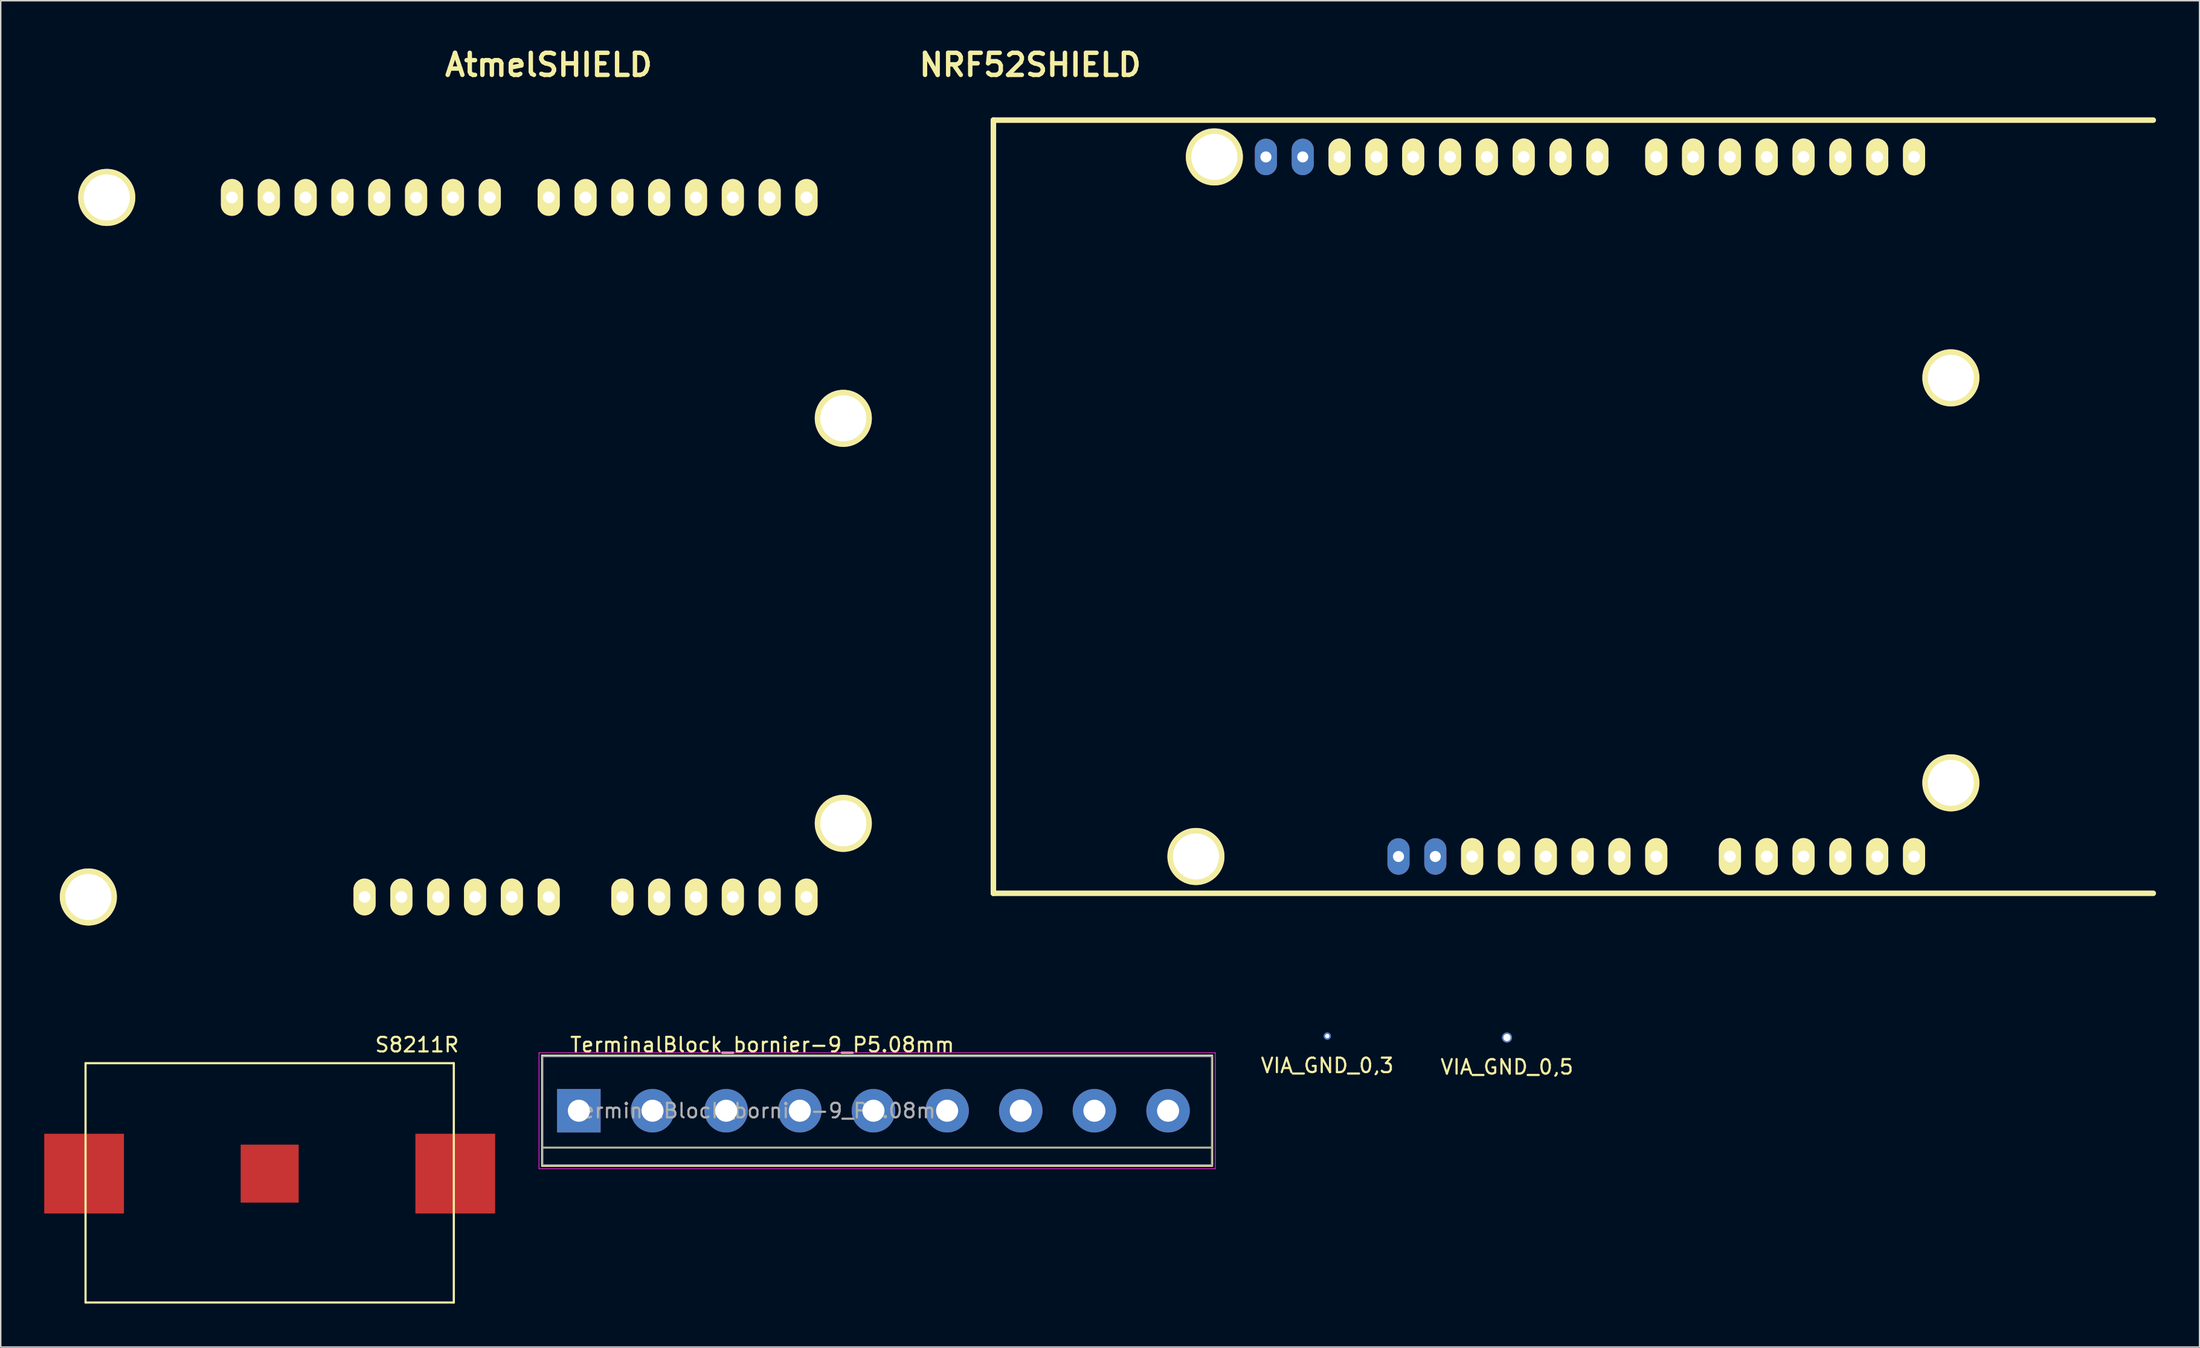
<source format=kicad_pcb>
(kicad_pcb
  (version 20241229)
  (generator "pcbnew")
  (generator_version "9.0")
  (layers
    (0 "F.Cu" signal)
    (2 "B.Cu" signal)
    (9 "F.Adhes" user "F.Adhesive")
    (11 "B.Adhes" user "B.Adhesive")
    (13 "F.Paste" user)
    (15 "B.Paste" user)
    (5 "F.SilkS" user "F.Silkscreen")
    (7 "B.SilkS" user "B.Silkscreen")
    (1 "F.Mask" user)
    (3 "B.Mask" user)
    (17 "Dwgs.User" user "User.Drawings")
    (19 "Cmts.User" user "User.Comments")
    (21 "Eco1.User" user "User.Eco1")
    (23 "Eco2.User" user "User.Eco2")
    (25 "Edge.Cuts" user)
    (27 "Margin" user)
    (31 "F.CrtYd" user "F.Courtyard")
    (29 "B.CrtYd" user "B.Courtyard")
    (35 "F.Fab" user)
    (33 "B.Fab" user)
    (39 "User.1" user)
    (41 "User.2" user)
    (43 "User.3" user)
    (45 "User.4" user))
  (footprint "AtmelSHIELD"
    (layer "F.Cu")
    (at 0.25 64.926)
    (property "Reference" "AtmelSHIELD" (at 34.544 -63.5 0) (layer "F.SilkS") (effects (font (size 1.524 1.524) (thickness 0.305))))
    (attr through_hole)
    (pad "0" thru_hole oval (at 52.324 -54.356 90) (size 2.54 1.524) (drill 0.813) (layers "*.Cu" "*.Mask" "F.SilkS"))
    (pad "1" thru_hole oval (at 49.784 -54.356 90) (size 2.54 1.524) (drill 0.813) (layers "*.Cu" "*.Mask" "F.SilkS"))
    (pad "2" thru_hole oval (at 47.244 -54.356 90) (size 2.54 1.524) (drill 0.813) (layers "*.Cu" "*.Mask" "F.SilkS"))
    (pad "3" thru_hole oval (at 44.704 -54.356 90) (size 2.54 1.524) (drill 0.813) (layers "*.Cu" "*.Mask" "F.SilkS"))
    (pad "3V3" thru_hole oval (at 24.384 -6.096 90) (size 2.54 1.524) (drill 0.813) (layers "*.Cu" "*.Mask" "F.SilkS"))
    (pad "4" thru_hole oval (at 42.164 -54.356 90) (size 2.54 1.524) (drill 0.813) (layers "*.Cu" "*.Mask" "F.SilkS"))
    (pad "5" thru_hole oval (at 39.624 -54.356 90) (size 2.54 1.524) (drill 0.813) (layers "*.Cu" "*.Mask" "F.SilkS"))
    (pad "5V" thru_hole oval (at 26.924 -6.096 90) (size 2.54 1.524) (drill 0.813) (layers "*.Cu" "*.Mask" "F.SilkS"))
    (pad "6" thru_hole oval (at 37.084 -54.356 90) (size 2.54 1.524) (drill 0.813) (layers "*.Cu" "*.Mask" "F.SilkS"))
    (pad "7" thru_hole oval (at 34.544 -54.356 90) (size 2.54 1.524) (drill 0.813) (layers "*.Cu" "*.Mask" "F.SilkS"))
    (pad "8" thru_hole oval (at 30.48 -54.356 90) (size 2.54 1.524) (drill 0.813) (layers "*.Cu" "*.Mask" "F.SilkS"))
    (pad "9" thru_hole oval (at 27.94 -54.356 90) (size 2.54 1.524) (drill 0.813) (layers "*.Cu" "*.Mask" "F.SilkS"))
    (pad "10" thru_hole oval (at 25.4 -54.356 90) (size 2.54 1.524) (drill 0.813) (layers "*.Cu" "*.Mask" "F.SilkS"))
    (pad "11" thru_hole oval (at 22.86 -54.356 90) (size 2.54 1.524) (drill 0.813) (layers "*.Cu" "*.Mask" "F.SilkS"))
    (pad "12" thru_hole oval (at 20.32 -54.356 90) (size 2.54 1.524) (drill 0.813) (layers "*.Cu" "*.Mask" "F.SilkS"))
    (pad "13" thru_hole oval (at 17.78 -54.356 90) (size 2.54 1.524) (drill 0.813) (layers "*.Cu" "*.Mask" "F.SilkS"))
    (pad "AD0" thru_hole oval (at 39.624 -6.096 90) (size 2.54 1.524) (drill 0.813) (layers "*.Cu" "*.Mask" "F.SilkS"))
    (pad "AD1" thru_hole oval (at 42.164 -6.096 90) (size 2.54 1.524) (drill 0.813) (layers "*.Cu" "*.Mask" "F.SilkS"))
    (pad "AD2" thru_hole oval (at 44.704 -6.096 90) (size 2.54 1.524) (drill 0.813) (layers "*.Cu" "*.Mask" "F.SilkS"))
    (pad "AD3" thru_hole oval (at 47.244 -6.096 90) (size 2.54 1.524) (drill 0.813) (layers "*.Cu" "*.Mask" "F.SilkS"))
    (pad "AD4" thru_hole oval (at 49.784 -6.096 90) (size 2.54 1.524) (drill 0.813) (layers "*.Cu" "*.Mask" "F.SilkS"))
    (pad "AD5" thru_hole oval (at 52.324 -6.096 90) (size 2.54 1.524) (drill 0.813) (layers "*.Cu" "*.Mask" "F.SilkS"))
    (pad "AREF" thru_hole oval (at 12.7 -54.356 90) (size 2.54 1.524) (drill 0.813) (layers "*.Cu" "*.Mask" "F.SilkS"))
    (pad "GND1" thru_hole oval (at 29.464 -6.096 90) (size 2.54 1.524) (drill 0.813) (layers "*.Cu" "*.Mask" "F.SilkS"))
    (pad "GND2" thru_hole oval (at 32.004 -6.096 90) (size 2.54 1.524) (drill 0.813) (layers "*.Cu" "*.Mask" "F.SilkS"))
    (pad "GND3" thru_hole oval (at 15.24 -54.356 90) (size 2.54 1.524) (drill 0.813) (layers "*.Cu" "*.Mask" "F.SilkS"))
    (pad "GNDS" thru_hole circle (at 2.794 -6.096 90) (size 3.937 3.937) (drill 3.175) (layers "*.Cu" "*.Mask" "F.SilkS"))
    (pad "GNDS" thru_hole circle (at 4.064 -54.356 90) (size 3.937 3.937) (drill 3.175) (layers "*.Cu" "*.Mask" "F.SilkS"))
    (pad "GNDS" thru_hole circle (at 54.864 -39.116 90) (size 3.937 3.937) (drill 3.175) (layers "*.Cu" "*.Mask" "F.SilkS"))
    (pad "GNDS" thru_hole circle (at 54.864 -11.176 90) (size 3.937 3.937) (drill 3.175) (layers "*.Cu" "*.Mask" "F.SilkS"))
    (pad "RST" thru_hole oval (at 21.844 -6.096 90) (size 2.54 1.524) (drill 0.813) (layers "*.Cu" "*.Mask" "F.SilkS"))
    (pad "V_IN" thru_hole oval (at 34.544 -6.096 90) (size 2.54 1.524) (drill 0.813) (layers "*.Cu" "*.Mask" "F.SilkS")))
  (footprint "S8211R"
    (layer "F.Cu")
    (at 15.55 77.915)
    (property "Reference" "S8211R" (at 10.16 -8.89 0) (layer "F.SilkS") (effects (font (size 1 1) (thickness 0.15))))
    (attr through_hole)
    (fp_line (start -12.7 -7.62) (end -12.7 8.89) (stroke (width 0.15) (type solid)) (layer "F.SilkS"))
    (fp_line (start -12.7 8.89) (end 12.7 8.89) (stroke (width 0.15) (type solid)) (layer "F.SilkS"))
    (fp_line (start 12.7 -7.62) (end -12.7 -7.62) (stroke (width 0.15) (type solid)) (layer "F.SilkS"))
    (fp_line (start 12.7 8.89) (end 12.7 -7.62) (stroke (width 0.15) (type solid)) (layer "F.SilkS"))
    (pad "1" smd rect (at -12.8 0) (size 5.5 5.5) (layers "F.Cu" "F.Mask" "F.Paste"))
    (pad "1" smd rect (at 12.8 0) (size 5.5 5.5) (layers "F.Cu" "F.Mask" "F.Paste"))
    (pad "2" smd rect (at 0 0) (size 4 4) (layers "F.Cu" "F.Mask" "F.Paste")))
  (footprint "VIA_GND_0,5"
    (layer "F.Cu")
    (at 100.889 68.526)
    (property "Reference" "VIA_GND_0,5" (at 0 2.032 0) (layer "F.SilkS") (effects (font (size 1 1) (thickness 0.15))))
    (attr through_hole)
    (pad "GND" thru_hole circle (at 0 0) (size 0.7 0.7) (drill 0.5) (layers "*.Cu" "*.Mask")))
  (footprint "NRF52SHIELD"
    (layer "F.Cu")
    (at 65.467 58.576)
    (property "Reference" "NRF52SHIELD" (at 2.54 -57.15 0) (layer "F.SilkS") (effects (font (size 1.524 1.524) (thickness 0.305))))
    (attr through_hole)
    (fp_line (start 0 0) (end 0 -53.34) (stroke (width 0.381) (type solid)) (layer "F.SilkS"))
    (fp_line (start 80 -53.34) (end 0 -53.34) (stroke (width 0.381) (type solid)) (layer "F.SilkS"))
    (fp_line (start 80 0) (end 0 0) (stroke (width 0.381) (type solid)) (layer "F.SilkS"))
    (pad "" thru_hole circle (at 13.97 -2.54 90) (size 3.937 3.937) (drill 3.175) (layers "*.Cu" "*.Mask" "F.SilkS"))
    (pad "" thru_hole circle (at 15.24 -50.8 90) (size 3.937 3.937) (drill 3.175) (layers "*.Cu" "*.Mask" "F.SilkS"))
    (pad "" thru_hole circle (at 66.04 -35.56 90) (size 3.937 3.937) (drill 3.175) (layers "*.Cu" "*.Mask" "F.SilkS"))
    (pad "" thru_hole circle (at 66.04 -7.62 90) (size 3.937 3.937) (drill 3.175) (layers "*.Cu" "*.Mask" "F.SilkS"))
    (pad "02" thru_hole oval (at 23.876 -50.8 90) (size 2.54 1.524) (drill 0.813) (layers "*.Cu" "*.Mask" "F.SilkS"))
    (pad "03" thru_hole oval (at 50.8 -2.54 90) (size 2.54 1.524) (drill 0.813) (layers "*.Cu" "*.Mask" "F.SilkS"))
    (pad "3V3" thru_hole oval (at 27.94 -2.54 90) (size 2.52 1.524) (drill 0.762) (layers "*.Cu" "*.Mask"))
    (pad "3V3" thru_hole oval (at 30.48 -2.54 90) (size 2.52 1.524) (drill 0.762) (layers "*.Cu" "*.Mask"))
    (pad "3V3" thru_hole oval (at 35.56 -2.54 90) (size 2.54 1.524) (drill 0.813) (layers "*.Cu" "*.Mask" "F.SilkS"))
    (pad "04" thru_hole oval (at 53.34 -2.54 90) (size 2.54 1.524) (drill 0.813) (layers "*.Cu" "*.Mask" "F.SilkS"))
    (pad "5V" thru_hole oval (at 38.1 -2.54 90) (size 2.54 1.524) (drill 0.813) (layers "*.Cu" "*.Mask" "F.SilkS"))
    (pad "11" thru_hole oval (at 63.5 -50.8 90) (size 2.54 1.524) (drill 0.813) (layers "*.Cu" "*.Mask" "F.SilkS"))
    (pad "12" thru_hole oval (at 60.96 -50.8 90) (size 2.54 1.524) (drill 0.813) (layers "*.Cu" "*.Mask" "F.SilkS"))
    (pad "13" thru_hole oval (at 58.42 -50.8 90) (size 2.54 1.524) (drill 0.813) (layers "*.Cu" "*.Mask" "F.SilkS"))
    (pad "14" thru_hole oval (at 55.88 -50.8 90) (size 2.54 1.524) (drill 0.813) (layers "*.Cu" "*.Mask" "F.SilkS"))
    (pad "15" thru_hole oval (at 53.34 -50.8 90) (size 2.54 1.524) (drill 0.813) (layers "*.Cu" "*.Mask" "F.SilkS"))
    (pad "16" thru_hole oval (at 50.8 -50.8 90) (size 2.54 1.524) (drill 0.813) (layers "*.Cu" "*.Mask" "F.SilkS"))
    (pad "17" thru_hole oval (at 48.26 -50.8 90) (size 2.54 1.524) (drill 0.813) (layers "*.Cu" "*.Mask" "F.SilkS"))
    (pad "18" thru_hole oval (at 45.72 -50.8 90) (size 2.54 1.524) (drill 0.813) (layers "*.Cu" "*.Mask" "F.SilkS"))
    (pad "19" thru_hole oval (at 41.656 -50.8 90) (size 2.54 1.524) (drill 0.813) (layers "*.Cu" "*.Mask" "F.SilkS"))
    (pad "20" thru_hole oval (at 39.116 -50.8 90) (size 2.54 1.524) (drill 0.813) (layers "*.Cu" "*.Mask" "F.SilkS"))
    (pad "22" thru_hole oval (at 36.576 -50.8 90) (size 2.54 1.524) (drill 0.813) (layers "*.Cu" "*.Mask" "F.SilkS"))
    (pad "23" thru_hole oval (at 34.036 -50.8 90) (size 2.54 1.524) (drill 0.813) (layers "*.Cu" "*.Mask" "F.SilkS"))
    (pad "24" thru_hole oval (at 31.496 -50.8 90) (size 2.54 1.524) (drill 0.813) (layers "*.Cu" "*.Mask" "F.SilkS"))
    (pad "25" thru_hole oval (at 28.956 -50.8 90) (size 2.54 1.524) (drill 0.813) (layers "*.Cu" "*.Mask" "F.SilkS"))
    (pad "26" thru_hole oval (at 21.336 -50.8 90) (size 2.52 1.524) (drill 0.762) (layers "*.Cu" "*.Mask"))
    (pad "27" thru_hole oval (at 18.796 -50.8 90) (size 2.52 1.524) (drill 0.762) (layers "*.Cu" "*.Mask"))
    (pad "28" thru_hole oval (at 55.88 -2.54 90) (size 2.54 1.524) (drill 0.813) (layers "*.Cu" "*.Mask" "F.SilkS"))
    (pad "29" thru_hole oval (at 58.42 -2.54 90) (size 2.54 1.524) (drill 0.813) (layers "*.Cu" "*.Mask" "F.SilkS"))
    (pad "30" thru_hole oval (at 60.96 -2.54 90) (size 2.54 1.524) (drill 0.813) (layers "*.Cu" "*.Mask" "F.SilkS"))
    (pad "31" thru_hole oval (at 63.5 -2.54 90) (size 2.54 1.524) (drill 0.813) (layers "*.Cu" "*.Mask" "F.SilkS"))
    (pad "GND1" thru_hole oval (at 40.64 -2.54 90) (size 2.54 1.524) (drill 0.813) (layers "*.Cu" "*.Mask" "F.SilkS"))
    (pad "GND2" thru_hole oval (at 43.18 -2.54 90) (size 2.54 1.524) (drill 0.813) (layers "*.Cu" "*.Mask" "F.SilkS"))
    (pad "GND3" thru_hole oval (at 26.416 -50.8 90) (size 2.54 1.524) (drill 0.813) (layers "*.Cu" "*.Mask" "F.SilkS"))
    (pad "NC" thru_hole oval (at 45.72 -2.54 90) (size 2.54 1.524) (drill 0.813) (layers "*.Cu" "*.Mask" "F.SilkS"))
    (pad "RST" thru_hole oval (at 33.02 -2.54 90) (size 2.54 1.524) (drill 0.813) (layers "*.Cu" "*.Mask" "F.SilkS")))
  (footprint "TerminalBlock_bornier-9_P5.08mm"
    (layer "F.Cu")
    (at 36.875 73.575)
    (property "Reference" "TerminalBlock_bornier-9_P5.08mm" (at 12.65 -4.55 0) (layer "F.SilkS") (effects (font (size 1 1) (thickness 0.15))))
    (attr through_hole)
    (fp_line (start -2.54 -3.81) (end -2.54 3.81) (stroke (width 0.12) (type solid)) (layer "F.SilkS"))
    (fp_line (start -2.54 -3.81) (end 43.668 -3.81) (stroke (width 0.12) (type solid)) (layer "F.SilkS"))
    (fp_line (start -2.54 2.54) (end 43.668 2.54) (stroke (width 0.12) (type solid)) (layer "F.SilkS"))
    (fp_line (start -2.54 3.81) (end 43.668 3.81) (stroke (width 0.12) (type solid)) (layer "F.SilkS"))
    (fp_line (start 43.688 3.81) (end 43.688 -3.81) (stroke (width 0.12) (type solid)) (layer "F.SilkS"))
    (fp_line (start -2.75 -4) (end -2.75 4) (stroke (width 0.05) (type solid)) (layer "F.CrtYd"))
    (fp_line (start -2.75 -4) (end 43.9 -4) (stroke (width 0.05) (type solid)) (layer "F.CrtYd"))
    (fp_line (start 43.898 4) (end 43.898 -4) (stroke (width 0.05) (type solid)) (layer "F.CrtYd"))
    (fp_line (start 43.9 4) (end -2.75 4) (stroke (width 0.05) (type solid)) (layer "F.CrtYd"))
    (fp_line (start -2.5 -3.75) (end -2.5 3.75) (stroke (width 0.1) (type solid)) (layer "F.Fab"))
    (fp_line (start -2.5 2.55) (end 43.668 2.55) (stroke (width 0.1) (type solid)) (layer "F.Fab"))
    (fp_line (start -2.5 3.75) (end 43.668 3.75) (stroke (width 0.1) (type solid)) (layer "F.Fab"))
    (fp_line (start 43.648 3.75) (end 43.648 -3.75) (stroke (width 0.1) (type solid)) (layer "F.Fab"))
    (fp_line (start 43.668 -3.75) (end -2.5 -3.75) (stroke (width 0.1) (type solid)) (layer "F.Fab"))
    (fp_text user "${REFERENCE}" (at 12.7 0 0) (layer "F.Fab") (effects (font (size 1 1) (thickness 0.15))))
    (pad "1" thru_hole rect (at 0 0) (size 3 3) (drill 1.52) (layers "*.Cu" "*.Mask"))
    (pad "2" thru_hole circle (at 5.08 0) (size 3 3) (drill 1.52) (layers "*.Cu" "*.Mask"))
    (pad "3" thru_hole circle (at 10.16 0) (size 3 3) (drill 1.52) (layers "*.Cu" "*.Mask"))
    (pad "4" thru_hole circle (at 15.24 0) (size 3 3) (drill 1.52) (layers "*.Cu" "*.Mask"))
    (pad "5" thru_hole circle (at 20.32 0) (size 3 3) (drill 1.52) (layers "*.Cu" "*.Mask"))
    (pad "6" thru_hole circle (at 25.4 0) (size 3 3) (drill 1.52) (layers "*.Cu" "*.Mask"))
    (pad "7" thru_hole circle (at 30.48 0) (size 3 3) (drill 1.52) (layers "*.Cu" "*.Mask"))
    (pad "8" thru_hole circle (at 35.56 0) (size 3 3) (drill 1.52) (layers "*.Cu" "*.Mask"))
    (pad "9" thru_hole circle (at 40.64 0) (size 3 3) (drill 1.52) (layers "*.Cu" "*.Mask")))
  (footprint "VIA_GND_0,3"
    (layer "F.Cu")
    (at 88.496 68.426)
    (property "Reference" "VIA_GND_0,3" (at 0 2.032 0) (layer "F.SilkS") (effects (font (size 1 1) (thickness 0.15))))
    (attr through_hole)
    (pad "1" thru_hole circle (at 0 0) (size 0.5 0.5) (drill 0.3) (layers "*.Cu" "*.Mask")))
  (gr_rect
    (start -3 -3)
    (end 148.658 89.88)
    (stroke (width 0.1) (type default))
    (fill no)
    (layer "Edge.Cuts")))
</source>
